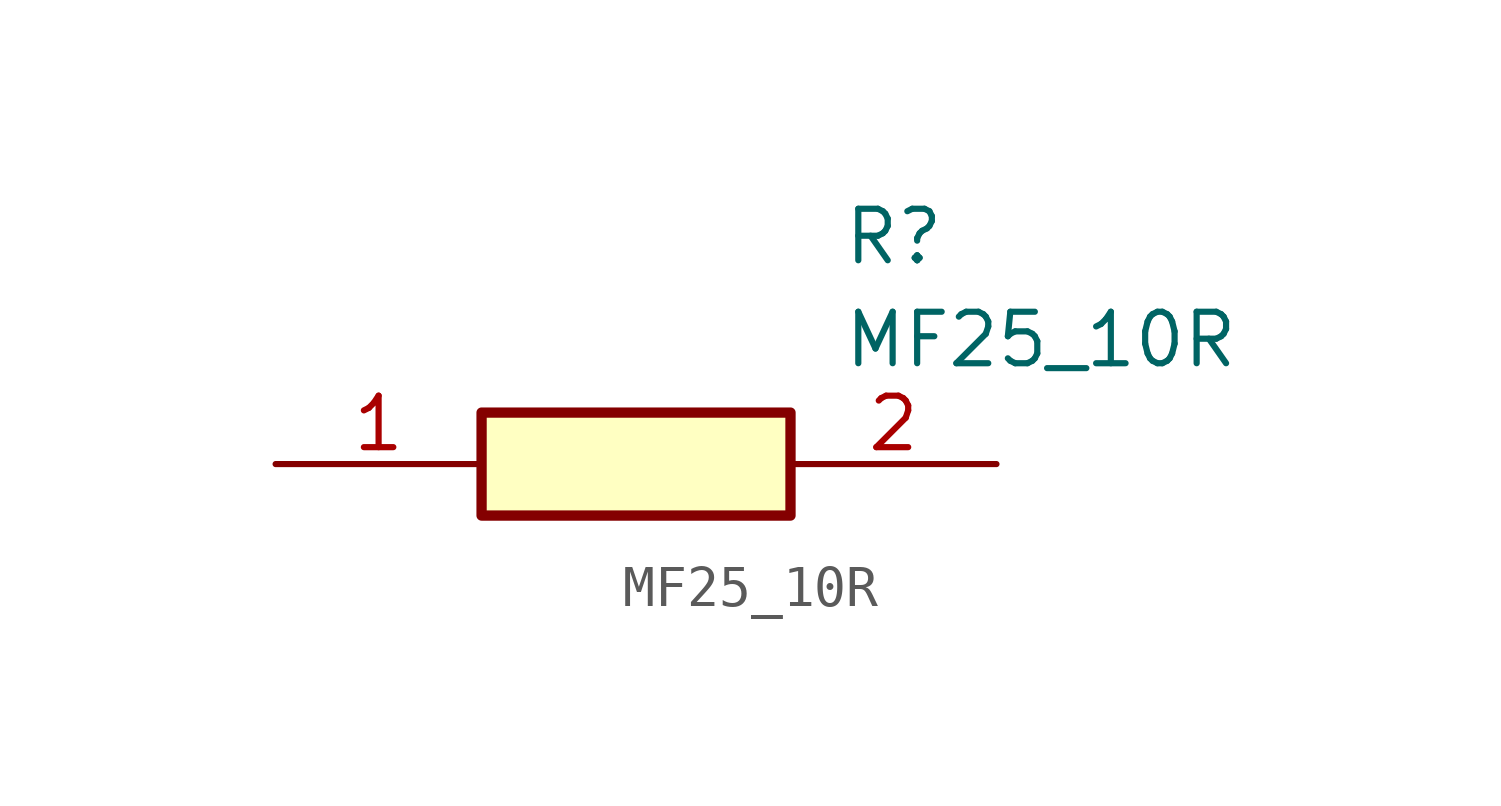
<source format=kicad_sym>
(kicad_symbol_lib
  (version 20211014)
  (generator SamacSys_ECAD_Model)
  (symbol "MF25_10R"
    (pin_names hide)
    (property "Reference" "R"
      (at 13.97 6.35 0)
      (effects (font (size 1.27 1.27)) (justify left top)))
    (property "Value" "MF25_10R"
      (at 13.97 3.81 0)
      (effects (font (size 1.27 1.27)) (justify left top)))
    (rectangle
      (start 5.08 1.27)
      (end 12.7 -1.27)
      (stroke (width 0.254) (type default))
      (fill (type background)))
    (pin passive line
      (at 0 0 0)
      (length 5.08)
      (name "1" (effects (font (size 1.27 1.27))))
      (number "1" (effects (font (size 1.27 1.27)))))
    (pin passive line
      (at 17.78 0 180)
      (length 5.08)
      (name "2" (effects (font (size 1.27 1.27))))
      (number "2" (effects (font (size 1.27 1.27)))))))
</source>
